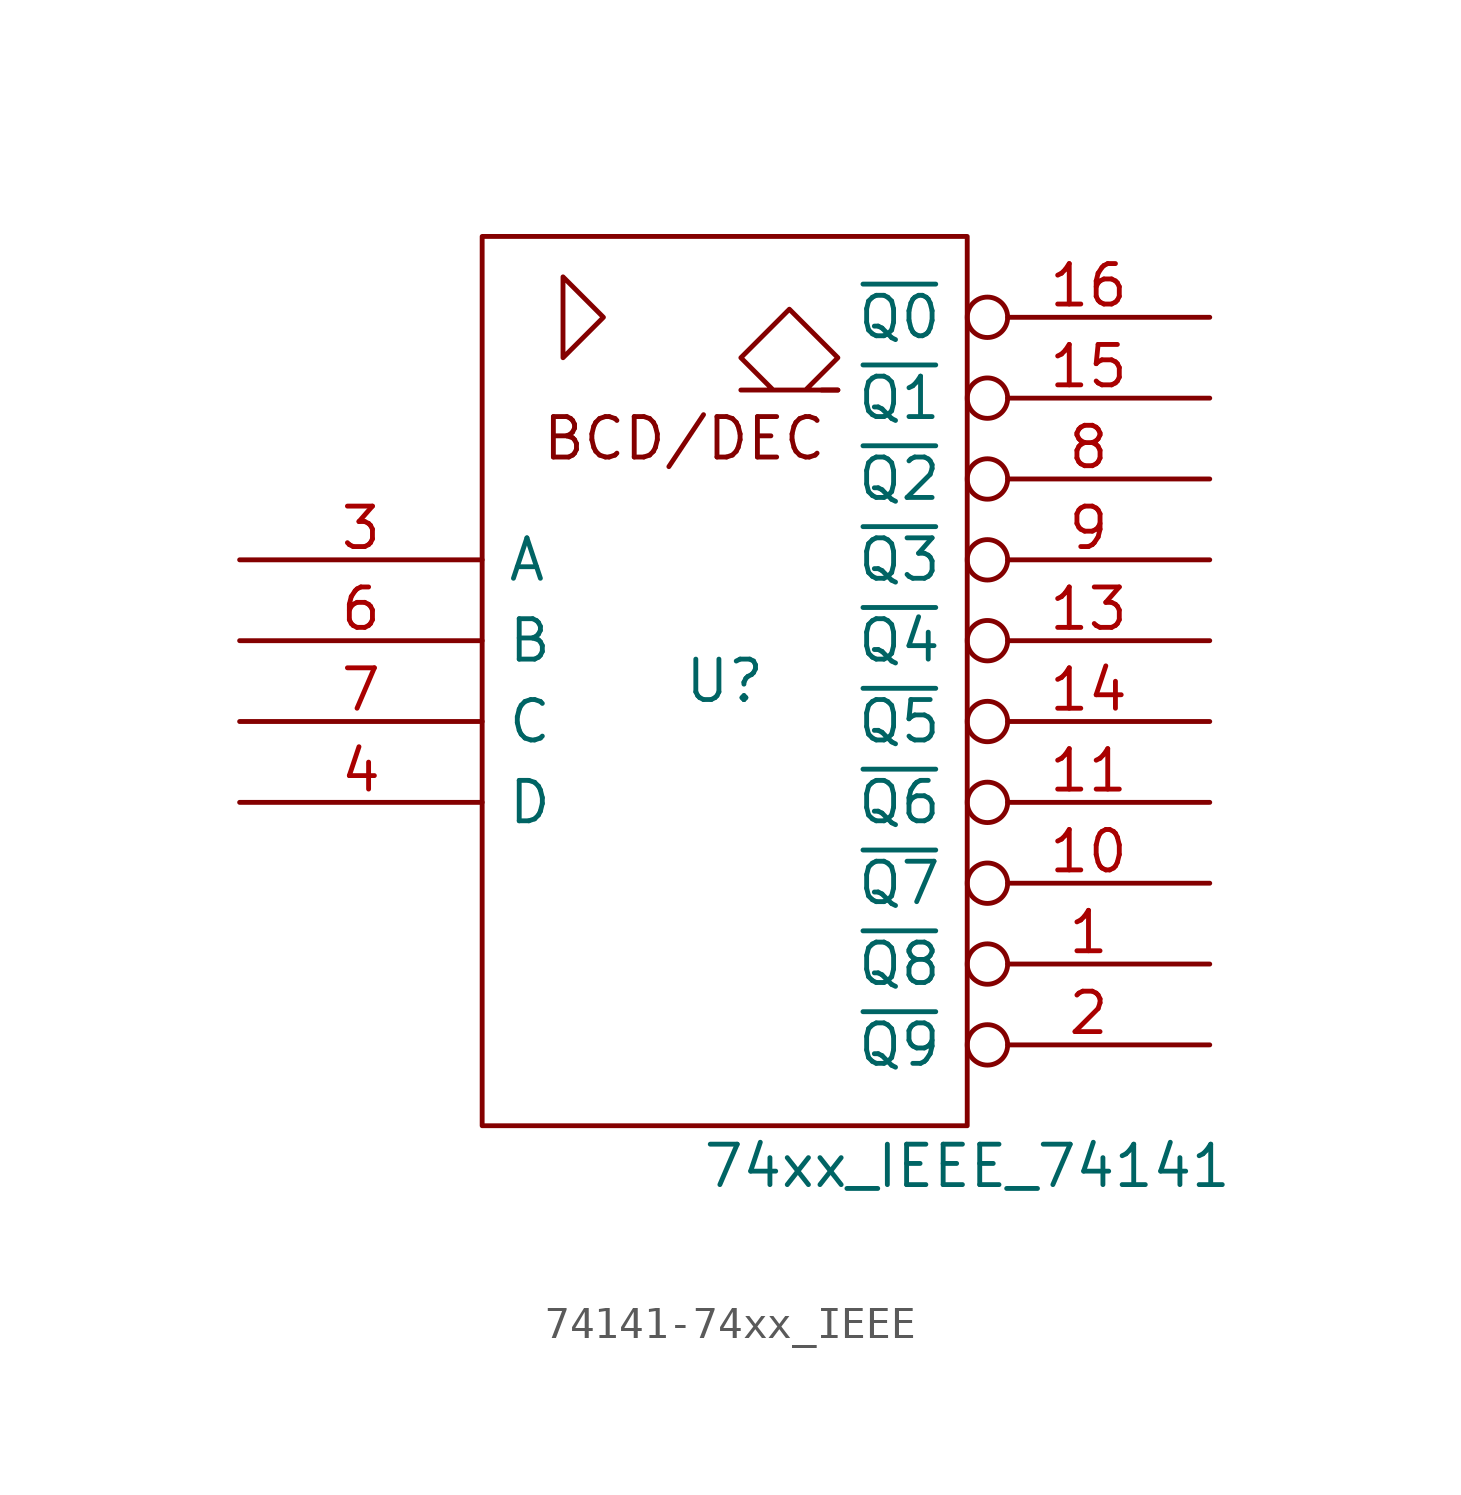
<source format=kicad_sym>
(kicad_symbol_lib
  (version 20220914)
  (generator kicad_symbol_editor)
  (symbol "74141-74xx_IEEE"
    (pin_names
      (offset 0.762))
    (property "Reference" "U"
      (at 0 0 0)
      (effects (font (size 1.27 1.27))))
    (property "Value" "74xx_IEEE_74141"
      (at 7.62 -15.24 0)
      (effects (font (size 1.27 1.27))))
    (symbol "74141-74xx_IEEE_0_0"
      (polyline (pts (xy 3.556 9.144) (xy 3.048 9.144) (xy 3.048 9.144)) (stroke (width 0) (type solid)) (fill (type none)))
      (polyline (pts (xy -5.08 12.7) (xy -5.08 10.16) (xy -3.81 11.43) (xy -5.08 12.7) (xy -5.08 12.7)) (stroke (width 0) (type solid)) (fill (type none)))
      (polyline (pts (xy 2.54 9.144) (xy 3.556 10.16) (xy 2.032 11.684) (xy 0.508 10.16) (xy 1.524 9.144) (xy 0.508 9.144) (xy 3.556 9.144)) (stroke (width 0) (type solid)) (fill (type none)))
      (text "BCD/DEC" (at -1.27 7.62 0) (effects (font (size 1.27 1.27))))
      (pin power_in line (at 0 -13.97 90) (length 0) hide (name "GND" (effects (font (size 1.27 1.27)))) (number "12" (effects (font (size 1.27 1.27)))))
      (pin power_in line (at 0 13.97 270) (length 0) hide (name "VCC" (effects (font (size 1.27 1.27)))) (number "5" (effects (font (size 1.27 1.27))))))
    (symbol "74141-74xx_IEEE_0_1"
      (rectangle (start -7.62 13.97) (end 7.62 -13.97) (stroke (width 0) (type solid)) (fill (type none))))
    (symbol "74141-74xx_IEEE_1_1"
      (pin open_collector inverted (at 15.24 -8.89 180) (length 7.62) (name "~{Q8}" (effects (font (size 1.27 1.27)))) (number "1" (effects (font (size 1.27 1.27)))))
      (pin open_collector inverted (at 15.24 -6.35 180) (length 7.62) (name "~{Q7}" (effects (font (size 1.27 1.27)))) (number "10" (effects (font (size 1.27 1.27)))))
      (pin open_collector inverted (at 15.24 -3.81 180) (length 7.62) (name "~{Q6}" (effects (font (size 1.27 1.27)))) (number "11" (effects (font (size 1.27 1.27)))))
      (pin open_collector inverted (at 15.24 1.27 180) (length 7.62) (name "~{Q4}" (effects (font (size 1.27 1.27)))) (number "13" (effects (font (size 1.27 1.27)))))
      (pin open_collector inverted (at 15.24 -1.27 180) (length 7.62) (name "~{Q5}" (effects (font (size 1.27 1.27)))) (number "14" (effects (font (size 1.27 1.27)))))
      (pin open_collector inverted (at 15.24 8.89 180) (length 7.62) (name "~{Q1}" (effects (font (size 1.27 1.27)))) (number "15" (effects (font (size 1.27 1.27)))))
      (pin open_collector inverted (at 15.24 11.43 180) (length 7.62) (name "~{Q0}" (effects (font (size 1.27 1.27)))) (number "16" (effects (font (size 1.27 1.27)))))
      (pin open_collector inverted (at 15.24 -11.43 180) (length 7.62) (name "~{Q9}" (effects (font (size 1.27 1.27)))) (number "2" (effects (font (size 1.27 1.27)))))
      (pin input line (at -15.24 3.81 0) (length 7.62) (name "A" (effects (font (size 1.27 1.27)))) (number "3" (effects (font (size 1.27 1.27)))))
      (pin input line (at -15.24 -3.81 0) (length 7.62) (name "D" (effects (font (size 1.27 1.27)))) (number "4" (effects (font (size 1.27 1.27)))))
      (pin input line (at -15.24 1.27 0) (length 7.62) (name "B" (effects (font (size 1.27 1.27)))) (number "6" (effects (font (size 1.27 1.27)))))
      (pin input line (at -15.24 -1.27 0) (length 7.62) (name "C" (effects (font (size 1.27 1.27)))) (number "7" (effects (font (size 1.27 1.27)))))
      (pin open_collector inverted (at 15.24 6.35 180) (length 7.62) (name "~{Q2}" (effects (font (size 1.27 1.27)))) (number "8" (effects (font (size 1.27 1.27)))))
      (pin open_collector inverted (at 15.24 3.81 180) (length 7.62) (name "~{Q3}" (effects (font (size 1.27 1.27)))) (number "9" (effects (font (size 1.27 1.27))))))))
</source>
